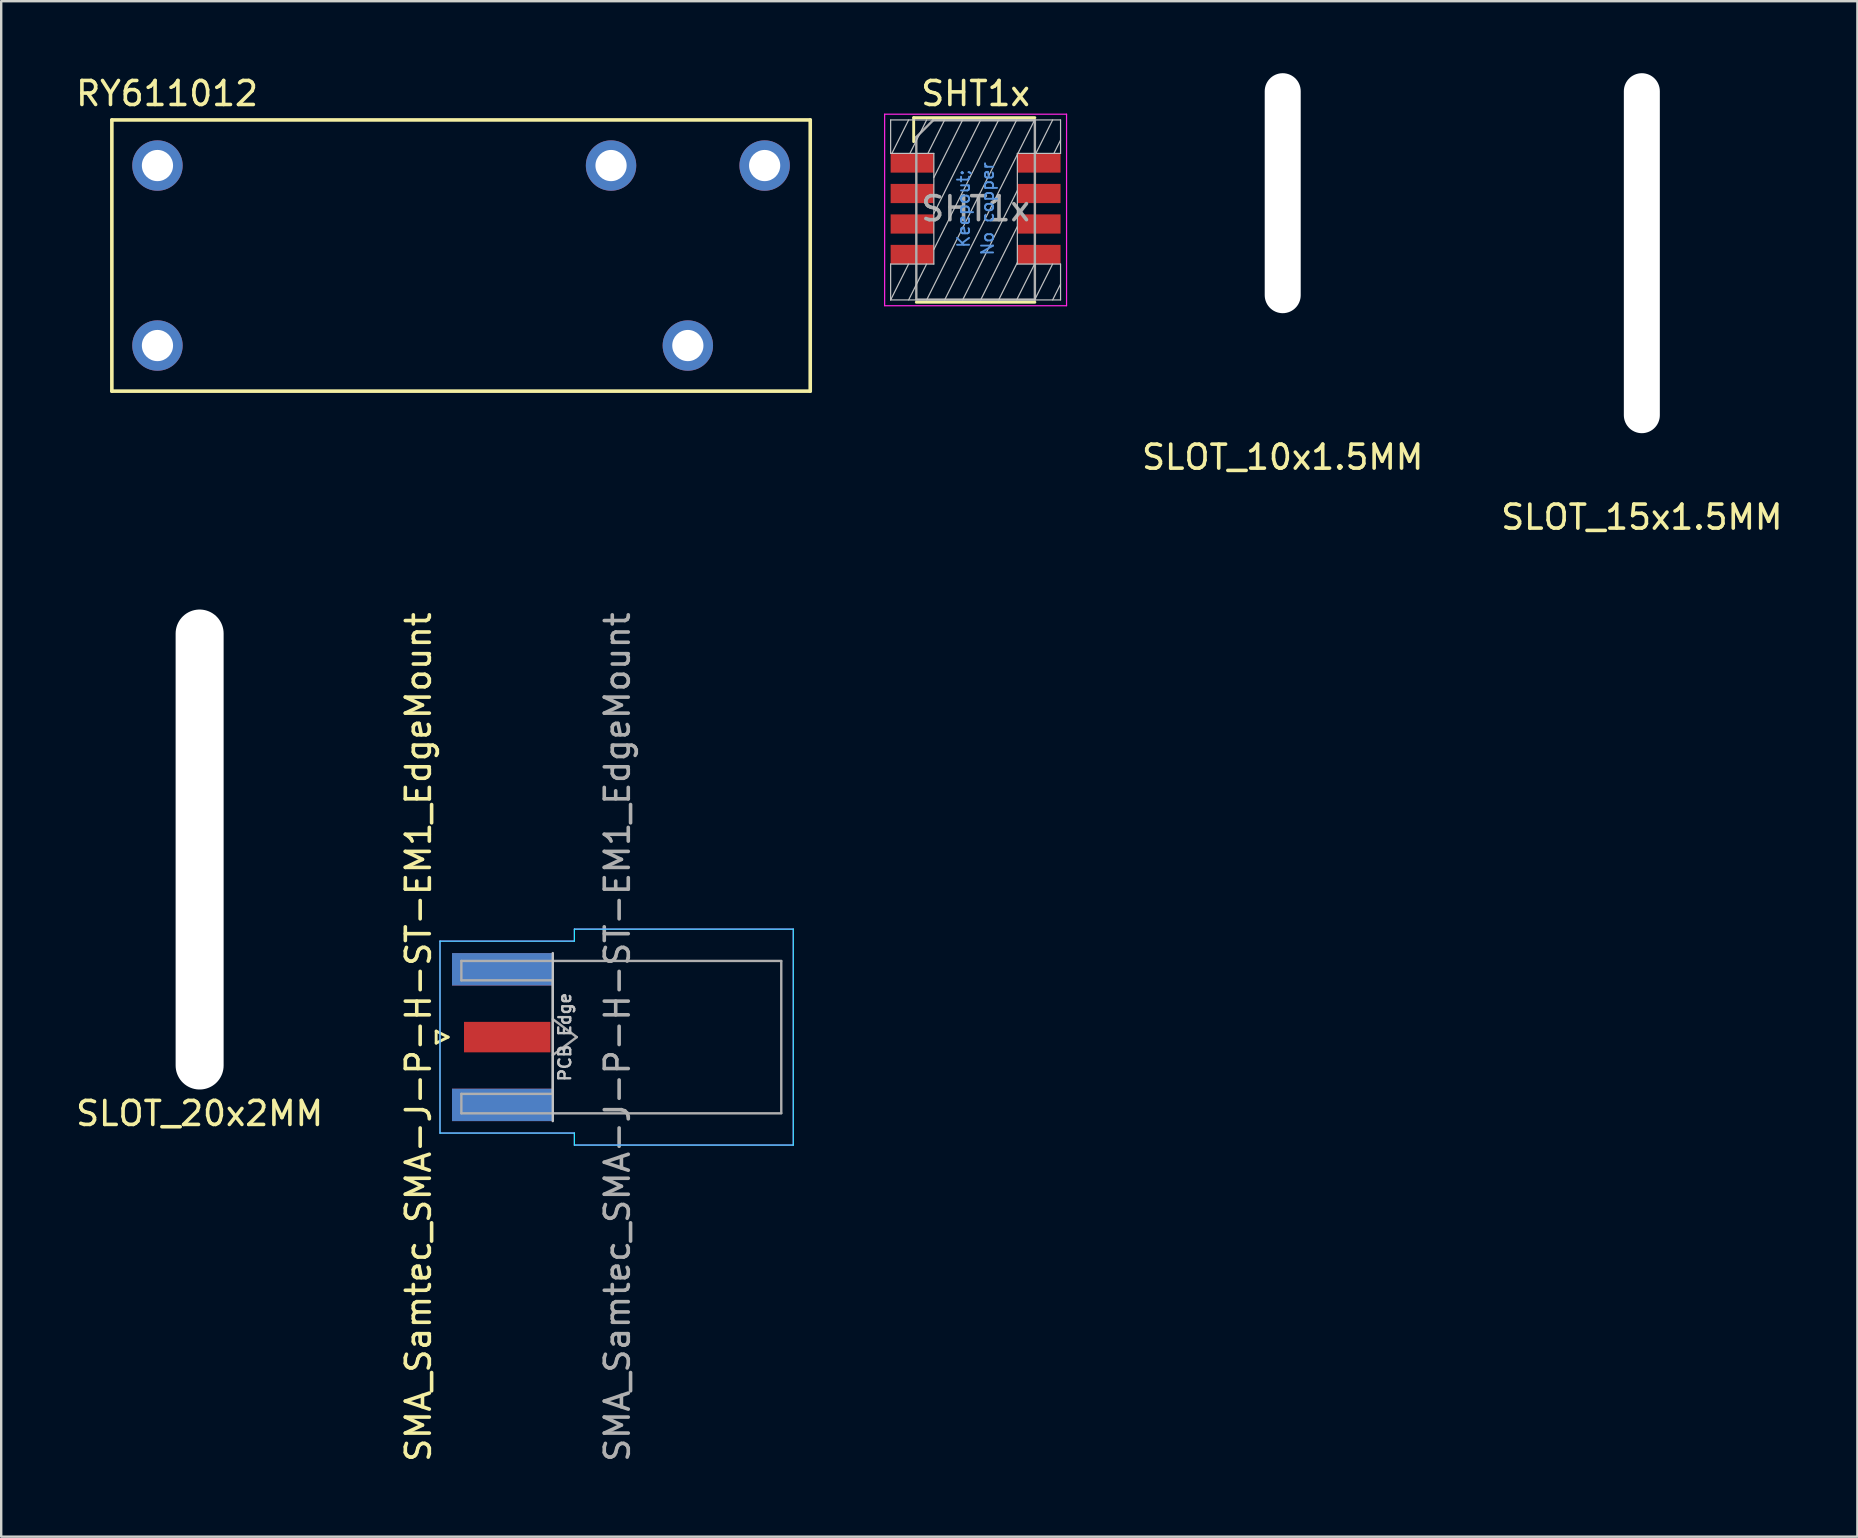
<source format=kicad_pcb>
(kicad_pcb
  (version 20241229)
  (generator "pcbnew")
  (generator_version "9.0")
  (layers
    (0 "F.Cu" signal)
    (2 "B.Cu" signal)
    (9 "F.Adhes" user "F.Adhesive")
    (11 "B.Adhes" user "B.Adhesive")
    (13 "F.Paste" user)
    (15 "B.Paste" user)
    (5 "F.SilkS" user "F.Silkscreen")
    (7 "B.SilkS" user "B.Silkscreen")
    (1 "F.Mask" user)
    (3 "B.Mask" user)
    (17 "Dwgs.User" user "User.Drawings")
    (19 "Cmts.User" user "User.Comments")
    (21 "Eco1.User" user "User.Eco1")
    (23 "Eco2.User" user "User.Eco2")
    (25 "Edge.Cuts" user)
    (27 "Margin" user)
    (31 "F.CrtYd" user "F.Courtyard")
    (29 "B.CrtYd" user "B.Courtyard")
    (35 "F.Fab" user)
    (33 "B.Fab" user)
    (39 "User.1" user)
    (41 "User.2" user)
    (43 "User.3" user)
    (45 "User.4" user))
  (footprint "SLOT_10x1.5MM"
    (layer "F.Cu")
    (at 50.398 5)
    (property "Reference" "SLOT_10x1.5MM" (at 0 11 0) (layer "F.SilkS") (effects (font (size 1 1) (thickness 0.15))))
    (attr through_hole)
    (pad "" np_thru_hole oval (at 0 0) (size 1.5 10) (drill oval 1.5 10) (layers "*.Cu" "*.Mask")))
  (footprint "SLOT_15x1.5MM"
    (layer "F.Cu")
    (at 65.362 7.5)
    (property "Reference" "SLOT_15x1.5MM" (at 0 11 0) (layer "F.SilkS") (effects (font (size 1 1) (thickness 0.15))))
    (attr through_hole)
    (pad "" np_thru_hole oval (at 0 0) (size 1.5 15) (drill oval 1.5 15) (layers "*.Cu" "*.Mask")))
  (footprint "SHT1x"
    (layer "F.Cu")
    (at 37.601 5.648)
    (property "Reference" "SHT1x" (at 0 -4.8 0) (layer "F.SilkS") (effects (font (size 1 1) (thickness 0.15))))
    (attr smd)
    (fp_line (start -2.58 -3.795) (end 2.47 -3.795) (stroke (width 0.12) (type solid)) (layer "F.SilkS"))
    (fp_line (start -2.58 -2.795) (end -2.58 -3.795) (stroke (width 0.12) (type solid)) (layer "F.SilkS"))
    (fp_line (start -2.47 3.895) (end 2.47 3.895) (stroke (width 0.12) (type solid)) (layer "F.SilkS"))
    (fp_line (start -3.54 -3.7) (end 3.54 -3.7) (stroke (width 0.05) (type solid)) (layer "Dwgs.User"))
    (fp_line (start -3.54 -2.305) (end -3.54 -3.7) (stroke (width 0.05) (type solid)) (layer "Dwgs.User"))
    (fp_line (start -3.54 2.305) (end -1.74 2.305) (stroke (width 0.05) (type solid)) (layer "Dwgs.User"))
    (fp_line (start -3.54 3.8) (end -3.54 2.305) (stroke (width 0.05) (type solid)) (layer "Dwgs.User"))
    (fp_line (start -3.54 3.8) (end -2.792 2.305) (stroke (width 0.05) (type solid)) (layer "Dwgs.User"))
    (fp_line (start -3.487 -2.305) (end -2.79 -3.7) (stroke (width 0.05) (type solid)) (layer "Dwgs.User"))
    (fp_line (start -2.79 3.8) (end -2.042 2.305) (stroke (width 0.05) (type solid)) (layer "Dwgs.User"))
    (fp_line (start -2.737 -2.305) (end -2.04 -3.7) (stroke (width 0.05) (type solid)) (layer "Dwgs.User"))
    (fp_line (start -2.04 3.8) (end 1.71 -3.7) (stroke (width 0.05) (type solid)) (layer "Dwgs.User"))
    (fp_line (start -1.987 -2.305) (end -1.29 -3.7) (stroke (width 0.05) (type solid)) (layer "Dwgs.User"))
    (fp_line (start -1.74 -2.305) (end -3.54 -2.305) (stroke (width 0.05) (type solid)) (layer "Dwgs.User"))
    (fp_line (start -1.74 -1.3) (end -0.54 -3.7) (stroke (width 0.05) (type solid)) (layer "Dwgs.User"))
    (fp_line (start -1.74 0.2) (end 0.21 -3.7) (stroke (width 0.05) (type solid)) (layer "Dwgs.User"))
    (fp_line (start -1.74 1.7) (end 0.96 -3.7) (stroke (width 0.05) (type solid)) (layer "Dwgs.User"))
    (fp_line (start -1.74 2.305) (end -1.74 -2.305) (stroke (width 0.05) (type solid)) (layer "Dwgs.User"))
    (fp_line (start -1.29 3.8) (end 1.74 -2.26) (stroke (width 0.05) (type solid)) (layer "Dwgs.User"))
    (fp_line (start -0.54 3.8) (end 1.74 -0.76) (stroke (width 0.05) (type solid)) (layer "Dwgs.User"))
    (fp_line (start 0.21 3.8) (end 1.74 0.74) (stroke (width 0.05) (type solid)) (layer "Dwgs.User"))
    (fp_line (start 0.96 3.8) (end 1.74 2.24) (stroke (width 0.05) (type solid)) (layer "Dwgs.User"))
    (fp_line (start 1.71 3.8) (end 2.458 2.305) (stroke (width 0.05) (type solid)) (layer "Dwgs.User"))
    (fp_line (start 1.74 -2.305) (end 1.74 2.305) (stroke (width 0.05) (type solid)) (layer "Dwgs.User"))
    (fp_line (start 1.74 2.305) (end 3.54 2.305) (stroke (width 0.05) (type solid)) (layer "Dwgs.User"))
    (fp_line (start 1.763 -2.305) (end 2.46 -3.7) (stroke (width 0.05) (type solid)) (layer "Dwgs.User"))
    (fp_line (start 2.46 3.8) (end 3.208 2.305) (stroke (width 0.05) (type solid)) (layer "Dwgs.User"))
    (fp_line (start 2.513 -2.305) (end 3.21 -3.7) (stroke (width 0.05) (type solid)) (layer "Dwgs.User"))
    (fp_line (start 3.21 3.8) (end 3.54 3.14) (stroke (width 0.05) (type solid)) (layer "Dwgs.User"))
    (fp_line (start 3.263 -2.305) (end 3.54 -2.86) (stroke (width 0.05) (type solid)) (layer "Dwgs.User"))
    (fp_line (start 3.54 -3.7) (end 3.54 -2.305) (stroke (width 0.05) (type solid)) (layer "Dwgs.User"))
    (fp_line (start 3.54 -2.305) (end 1.74 -2.305) (stroke (width 0.05) (type solid)) (layer "Dwgs.User"))
    (fp_line (start 3.54 2.305) (end 3.54 3.8) (stroke (width 0.05) (type solid)) (layer "Dwgs.User"))
    (fp_line (start 3.54 3.8) (end -3.54 3.8) (stroke (width 0.05) (type solid)) (layer "Dwgs.User"))
    (fp_line (start -3.79 -3.94) (end 3.79 -3.94) (stroke (width 0.05) (type solid)) (layer "F.CrtYd"))
    (fp_line (start -3.79 4.04) (end -3.79 -3.94) (stroke (width 0.05) (type solid)) (layer "F.CrtYd"))
    (fp_line (start 3.79 -3.94) (end 3.79 4.04) (stroke (width 0.05) (type solid)) (layer "F.CrtYd"))
    (fp_line (start 3.79 4.04) (end -3.79 4.04) (stroke (width 0.05) (type solid)) (layer "F.CrtYd"))
    (fp_line (start -2.47 -2.985) (end -1.77 -3.685) (stroke (width 0.1) (type solid)) (layer "F.Fab"))
    (fp_line (start -2.47 3.785) (end -2.47 -2.985) (stroke (width 0.1) (type solid)) (layer "F.Fab"))
    (fp_line (start -1.77 -3.685) (end 2.47 -3.685) (stroke (width 0.1) (type solid)) (layer "F.Fab"))
    (fp_line (start 2.47 -3.685) (end 2.47 3.785) (stroke (width 0.1) (type solid)) (layer "F.Fab"))
    (fp_line (start 2.47 3.785) (end -2.47 3.785) (stroke (width 0.1) (type solid)) (layer "F.Fab"))
    (fp_text user "Keepout;" (at -0.5 0 90) (layer "Cmts.User") (effects (font (size 0.5 0.5) (thickness 0.08))))
    (fp_text user "No copper" (at 0.5 0 90) (layer "Cmts.User") (effects (font (size 0.5 0.5) (thickness 0.08))))
    (fp_text user "${REFERENCE}" (at 0 0 0) (layer "F.Fab") (effects (font (size 1 1) (thickness 0.15))))
    (pad "1" smd rect (at -2.64 -1.905) (size 1.8 0.8) (layers "F.Cu" "F.Mask" "F.Paste"))
    (pad "2" smd rect (at -2.64 -0.635) (size 1.8 0.8) (layers "F.Cu" "F.Mask" "F.Paste"))
    (pad "3" smd rect (at -2.64 0.635) (size 1.8 0.8) (layers "F.Cu" "F.Mask" "F.Paste"))
    (pad "4" smd rect (at -2.64 1.905) (size 1.8 0.8) (layers "F.Cu" "F.Mask" "F.Paste"))
    (pad "5" smd rect (at 2.64 1.905) (size 1.8 0.8) (layers "F.Cu" "F.Mask" "F.Paste"))
    (pad "6" smd rect (at 2.64 0.635) (size 1.8 0.8) (layers "F.Cu" "F.Mask" "F.Paste"))
    (pad "7" smd rect (at 2.64 -0.635) (size 1.8 0.8) (layers "F.Cu" "F.Mask" "F.Paste"))
    (pad "8" smd rect (at 2.64 -1.905) (size 1.8 0.8) (layers "F.Cu" "F.Mask" "F.Paste")))
  (footprint "SMA_Samtec_SMA-J-P-H-ST-EM1_EdgeMount"
    (layer "F.Cu")
    (at 17.884 40.164)
    (property "Reference" "SMA_Samtec_SMA-J-P-H-ST-EM1_EdgeMount" (at -3.5 0 90) (layer "F.SilkS") (effects (font (size 1 1) (thickness 0.15))))
    (attr smd)
    (fp_line (start -2.76 -0.25) (end -2.76 0.25) (stroke (width 0.12) (type solid)) (layer "F.SilkS"))
    (fp_line (start -2.76 0.25) (end -2.26 0) (stroke (width 0.12) (type solid)) (layer "F.SilkS"))
    (fp_line (start -2.26 0) (end -2.76 -0.25) (stroke (width 0.12) (type solid)) (layer "F.SilkS"))
    (fp_line (start 2.1 -3.5) (end 2.1 3.5) (stroke (width 0.1) (type solid)) (layer "Dwgs.User"))
    (fp_line (start -2.6 4) (end -2.6 -4) (stroke (width 0.05) (type solid)) (layer "B.CrtYd"))
    (fp_line (start 3 -4.5) (end 3 -4) (stroke (width 0.05) (type solid)) (layer "B.CrtYd"))
    (fp_line (start 3 -4) (end -2.6 -4) (stroke (width 0.05) (type solid)) (layer "B.CrtYd"))
    (fp_line (start 3 4) (end -2.6 4) (stroke (width 0.05) (type solid)) (layer "B.CrtYd"))
    (fp_line (start 3 4.5) (end 3 4) (stroke (width 0.05) (type solid)) (layer "B.CrtYd"))
    (fp_line (start 12.12 -4.5) (end 3 -4.5) (stroke (width 0.05) (type solid)) (layer "B.CrtYd"))
    (fp_line (start 12.12 -4.5) (end 12.12 4.5) (stroke (width 0.05) (type solid)) (layer "B.CrtYd"))
    (fp_line (start 12.12 4.5) (end 3 4.5) (stroke (width 0.05) (type solid)) (layer "B.CrtYd"))
    (fp_line (start -2.6 4) (end -2.6 -4) (stroke (width 0.05) (type solid)) (layer "F.CrtYd"))
    (fp_line (start 3 -4.5) (end 3 -4) (stroke (width 0.05) (type solid)) (layer "F.CrtYd"))
    (fp_line (start 3 -4) (end -2.6 -4) (stroke (width 0.05) (type solid)) (layer "F.CrtYd"))
    (fp_line (start 3 4) (end -2.6 4) (stroke (width 0.05) (type solid)) (layer "F.CrtYd"))
    (fp_line (start 3 4.5) (end 3 4) (stroke (width 0.05) (type solid)) (layer "F.CrtYd"))
    (fp_line (start 12.12 -4.5) (end 3 -4.5) (stroke (width 0.05) (type solid)) (layer "F.CrtYd"))
    (fp_line (start 12.12 -4.5) (end 12.12 4.5) (stroke (width 0.05) (type solid)) (layer "F.CrtYd"))
    (fp_line (start 12.12 4.5) (end 3 4.5) (stroke (width 0.05) (type solid)) (layer "F.CrtYd"))
    (fp_line (start -1.71 -3.175) (end -1.71 -2.365) (stroke (width 0.1) (type solid)) (layer "F.Fab"))
    (fp_line (start -1.71 -3.175) (end 11.62 -3.175) (stroke (width 0.1) (type solid)) (layer "F.Fab"))
    (fp_line (start -1.71 -2.365) (end 2.1 -2.365) (stroke (width 0.1) (type solid)) (layer "F.Fab"))
    (fp_line (start -1.71 2.365) (end -1.71 3.175) (stroke (width 0.1) (type solid)) (layer "F.Fab"))
    (fp_line (start -1.71 3.175) (end 11.62 3.175) (stroke (width 0.1) (type solid)) (layer "F.Fab"))
    (fp_line (start 2.1 -2.365) (end 2.1 2.365) (stroke (width 0.1) (type solid)) (layer "F.Fab"))
    (fp_line (start 2.1 -0.75) (end 3.1 0) (stroke (width 0.1) (type solid)) (layer "F.Fab"))
    (fp_line (start 2.1 2.365) (end -1.71 2.365) (stroke (width 0.1) (type solid)) (layer "F.Fab"))
    (fp_line (start 3.1 0) (end 2.1 0.75) (stroke (width 0.1) (type solid)) (layer "F.Fab"))
    (fp_line (start 11.62 -3.165) (end 11.62 3.165) (stroke (width 0.1) (type solid)) (layer "F.Fab"))
    (fp_text user "PCB Edge" (at 2.6 0 90) (layer "Dwgs.User") (effects (font (size 0.5 0.5) (thickness 0.1))))
    (fp_text user "${REFERENCE}" (at 4.79 0 270) (layer "F.Fab") (effects (font (size 1 1) (thickness 0.15))))
    (pad "1" smd rect (at 0.2 0 90) (size 1.27 3.6) (layers "F.Cu" "F.Mask" "F.Paste"))
    (pad "2" smd rect (at 0 -2.825 90) (size 1.35 4.2) (layers "F.Cu" "F.Mask" "F.Paste"))
    (pad "2" smd rect (at 0 -2.825 90) (size 1.35 4.2) (layers "B.Cu" "B.Mask" "B.Paste"))
    (pad "2" smd rect (at 0 2.825 90) (size 1.35 4.2) (layers "F.Cu" "F.Mask" "F.Paste"))
    (pad "2" smd rect (at 0 2.825 90) (size 1.35 4.2) (layers "B.Cu" "B.Mask" "B.Paste")))
  (footprint "SLOT_20x2MM"
    (layer "F.Cu")
    (at 5.268 32.348)
    (property "Reference" "SLOT_20x2MM" (at 0 11 0) (layer "F.SilkS") (effects (font (size 1 1) (thickness 0.15))))
    (attr through_hole)
    (pad "" np_thru_hole oval (at 0 0) (size 2 20) (drill oval 2 20) (layers "*.Cu" "*.Mask")))
  (footprint "RY611012"
    (layer "F.Cu")
    (at 22.411 3.848)
    (property "Reference" "RY611012" (at -18.5 -3 0) (layer "F.SilkS") (effects (font (size 1 1) (thickness 0.15))))
    (attr through_hole)
    (fp_line (start -20.8 -1.9) (end -20.8 9.4) (stroke (width 0.15) (type solid)) (layer "F.SilkS"))
    (fp_line (start -20.8 -1.9) (end 8.3 -1.9) (stroke (width 0.15) (type solid)) (layer "F.SilkS"))
    (fp_line (start -20.8 9.4) (end 8.3 9.4) (stroke (width 0.15) (type solid)) (layer "F.SilkS"))
    (fp_line (start 8.3 9.4) (end 8.3 -1.9) (stroke (width 0.15) (type solid)) (layer "F.SilkS"))
    (pad "11" thru_hole circle (at 3.2 7.5) (size 2.1 2.1) (drill 1.3) (layers "*.Cu" "*.Mask"))
    (pad "12" thru_hole circle (at 0 0) (size 2.1 2.1) (drill 1.3) (layers "*.Cu" "*.Mask"))
    (pad "14" thru_hole circle (at 6.4 0) (size 2.1 2.1) (drill 1.3) (layers "*.Cu" "*.Mask"))
    (pad "A1" thru_hole circle (at -18.9 7.5) (size 2.1 2.1) (drill 1.3) (layers "*.Cu" "*.Mask"))
    (pad "A2" thru_hole circle (at -18.9 0) (size 2.1 2.1) (drill 1.3) (layers "*.Cu" "*.Mask")))
  (gr_rect
    (start -3 -3)
    (end 74.344 60.979)
    (stroke (width 0.1) (type default))
    (fill no)
    (layer "Edge.Cuts")))
</source>
